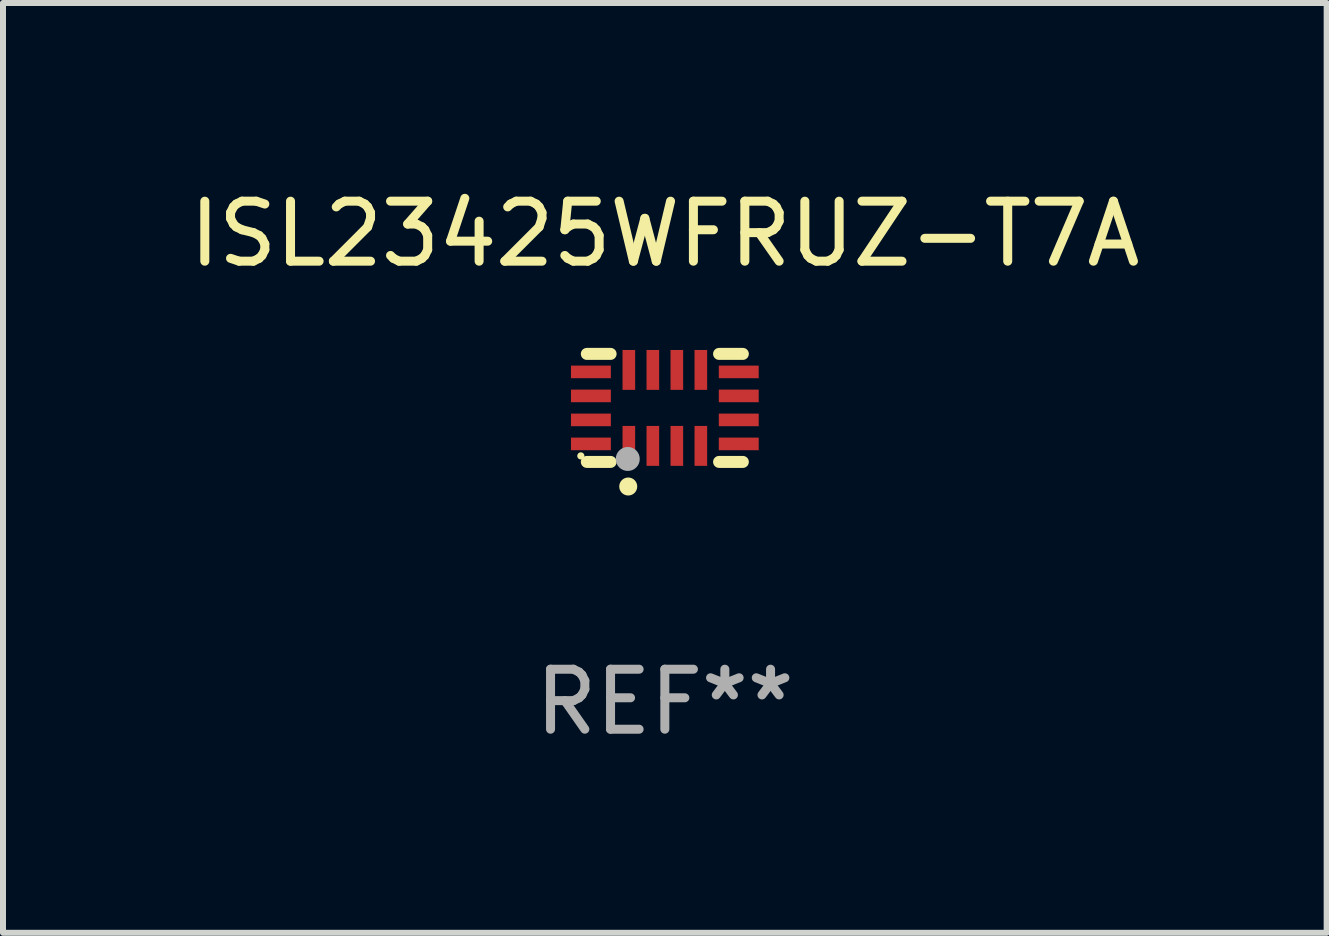
<source format=kicad_pcb>
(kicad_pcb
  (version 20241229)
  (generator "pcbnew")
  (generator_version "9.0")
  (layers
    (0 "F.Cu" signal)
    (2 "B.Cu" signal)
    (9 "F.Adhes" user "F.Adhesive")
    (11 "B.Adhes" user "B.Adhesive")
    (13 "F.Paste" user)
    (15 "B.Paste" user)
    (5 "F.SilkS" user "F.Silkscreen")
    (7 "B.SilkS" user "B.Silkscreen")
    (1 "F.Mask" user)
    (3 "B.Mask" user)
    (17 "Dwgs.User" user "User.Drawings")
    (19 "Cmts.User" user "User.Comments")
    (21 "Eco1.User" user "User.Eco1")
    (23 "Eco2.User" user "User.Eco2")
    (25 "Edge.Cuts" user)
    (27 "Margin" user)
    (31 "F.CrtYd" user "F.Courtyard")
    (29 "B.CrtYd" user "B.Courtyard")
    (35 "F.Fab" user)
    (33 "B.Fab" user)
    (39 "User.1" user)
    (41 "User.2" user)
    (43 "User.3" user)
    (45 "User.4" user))
  (footprint "ISL23425WFRUZ-T7A"
    (layer "F.Cu")
    (at 8.03 3.748)
    (property "Reference" "ISL23425WFRUZ-T7A" (at 0 -2.9 0) (layer "F.SilkS") (effects (font (size 1 1) (thickness 0.15))))
    (attr through_hole)
    (fp_line (start -0.904 -0.9) (end -1.3 -0.9) (stroke (width 0.2) (type solid)) (layer "F.SilkS"))
    (fp_line (start -0.904 0.9) (end -1.3 0.9) (stroke (width 0.2) (type solid)) (layer "F.SilkS"))
    (fp_line (start 1.3 -0.9) (end 0.904 -0.9) (stroke (width 0.2) (type solid)) (layer "F.SilkS"))
    (fp_line (start 1.3 0.9) (end 0.904 0.9) (stroke (width 0.2) (type solid)) (layer "F.SilkS"))
    (fp_circle (center -1.4 0.8) (end -1.37 0.8) (stroke (width 0.06) (type solid)) (fill no) (layer "F.SilkS"))
    (fp_circle (center -0.61 1.31) (end -0.535 1.31) (stroke (width 0.15) (type solid)) (fill no) (layer "F.SilkS"))
    (fp_circle (center -0.618 0.851) (end -0.518 0.851) (stroke (width 0.2) (type solid)) (fill no) (layer "F.Fab"))
    (fp_text user "REF**" (at 0 4.9 0) (layer "F.Fab") (effects (font (size 1 1) (thickness 0.15))))
    (pad "1" smd rect (at -0.6 0.633) (size 0.21 0.665) (layers "F.Cu" "F.Mask" "F.Paste"))
    (pad "2" smd rect (at -0.2 0.633) (size 0.21 0.665) (layers "F.Cu" "F.Mask" "F.Paste"))
    (pad "3" smd rect (at 0.2 0.633) (size 0.21 0.665) (layers "F.Cu" "F.Mask" "F.Paste"))
    (pad "4" smd rect (at 0.6 0.633) (size 0.21 0.665) (layers "F.Cu" "F.Mask" "F.Paste"))
    (pad "5" smd rect (at 1.232 0.6) (size 0.665 0.21) (layers "F.Cu" "F.Mask" "F.Paste"))
    (pad "6" smd rect (at 1.232 0.2) (size 0.665 0.21) (layers "F.Cu" "F.Mask" "F.Paste"))
    (pad "7" smd rect (at 1.232 -0.2) (size 0.665 0.21) (layers "F.Cu" "F.Mask" "F.Paste"))
    (pad "8" smd rect (at 1.232 -0.6) (size 0.665 0.21) (layers "F.Cu" "F.Mask" "F.Paste"))
    (pad "9" smd rect (at 0.6 -0.633) (size 0.21 0.665) (layers "F.Cu" "F.Mask" "F.Paste"))
    (pad "10" smd rect (at 0.2 -0.633) (size 0.21 0.665) (layers "F.Cu" "F.Mask" "F.Paste"))
    (pad "11" smd rect (at -0.2 -0.633) (size 0.21 0.665) (layers "F.Cu" "F.Mask" "F.Paste"))
    (pad "12" smd rect (at -0.6 -0.633) (size 0.21 0.665) (layers "F.Cu" "F.Mask" "F.Paste"))
    (pad "13" smd rect (at -1.232 -0.6) (size 0.665 0.21) (layers "F.Cu" "F.Mask" "F.Paste"))
    (pad "14" smd rect (at -1.232 -0.2) (size 0.665 0.21) (layers "F.Cu" "F.Mask" "F.Paste"))
    (pad "15" smd rect (at -1.232 0.2) (size 0.665 0.21) (layers "F.Cu" "F.Mask" "F.Paste"))
    (pad "16" smd rect (at -1.232 0.6) (size 0.665 0.21) (layers "F.Cu" "F.Mask" "F.Paste")))
  (gr_rect
    (start -3 -3)
    (end 19.06 12.496)
    (stroke (width 0.1) (type default))
    (fill no)
    (layer "Edge.Cuts")))
</source>
